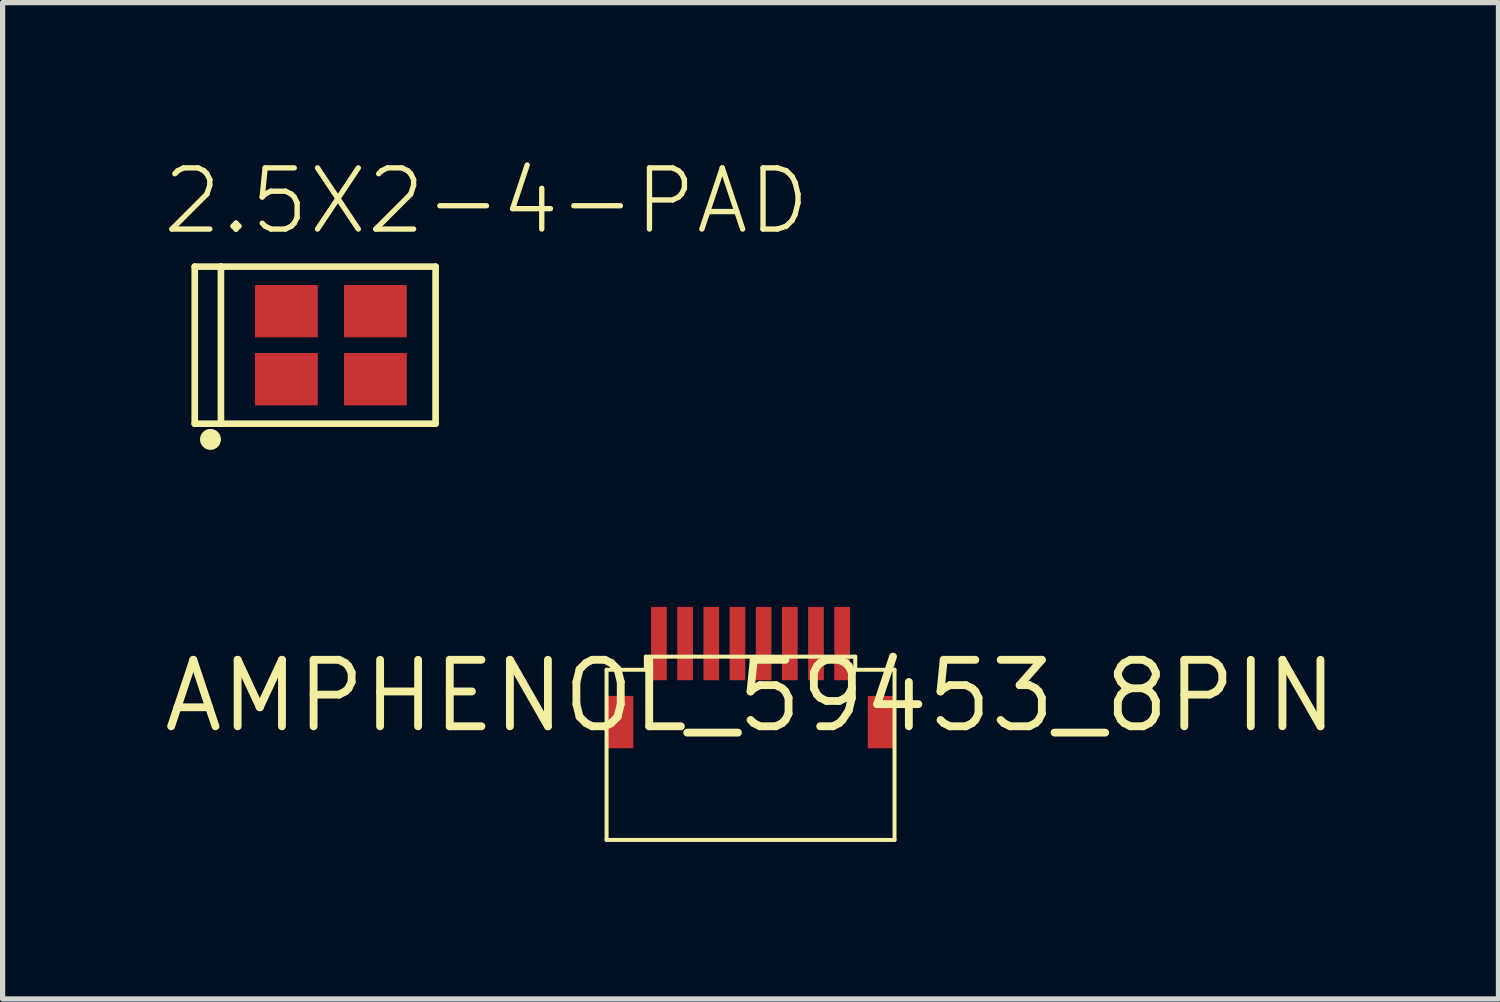
<source format=kicad_pcb>
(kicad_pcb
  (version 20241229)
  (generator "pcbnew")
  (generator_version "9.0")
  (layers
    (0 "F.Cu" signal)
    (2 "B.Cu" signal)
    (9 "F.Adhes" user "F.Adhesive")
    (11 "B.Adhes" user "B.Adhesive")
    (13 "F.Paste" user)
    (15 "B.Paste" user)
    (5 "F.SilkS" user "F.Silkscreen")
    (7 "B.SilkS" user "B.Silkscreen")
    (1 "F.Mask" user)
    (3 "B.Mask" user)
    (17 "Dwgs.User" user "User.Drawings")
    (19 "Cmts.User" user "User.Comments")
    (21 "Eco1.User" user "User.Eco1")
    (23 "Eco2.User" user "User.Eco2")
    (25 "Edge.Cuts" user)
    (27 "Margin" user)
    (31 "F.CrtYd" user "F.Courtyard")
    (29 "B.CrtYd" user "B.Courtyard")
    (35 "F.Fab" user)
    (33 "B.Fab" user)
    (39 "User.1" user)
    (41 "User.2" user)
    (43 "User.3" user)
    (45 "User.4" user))
  (footprint "2.5X2-4-PAD"
    (layer "F.Cu")
    (at 3.27 3.543)
    (property "Reference" "2.5X2-4-PAD" (at -3.27 -2.07 0) (layer "F.SilkS") (effects (font (size 1.168 1.168) (thickness 0.102)) (justify left bottom)))
    (fp_line (start -2.6 -1.5) (end -2.6 1.5) (stroke (width 0.127) (type solid)) (layer "F.SilkS"))
    (fp_line (start -2.6 1.5) (end -2.1 1.5) (stroke (width 0.127) (type solid)) (layer "F.SilkS"))
    (fp_line (start -2.1 -1.5) (end -2.6 -1.5) (stroke (width 0.127) (type solid)) (layer "F.SilkS"))
    (fp_line (start -2.1 -1.5) (end -2.1 1.5) (stroke (width 0.127) (type solid)) (layer "F.SilkS"))
    (fp_line (start -2.1 1.5) (end 2 1.5) (stroke (width 0.127) (type solid)) (layer "F.SilkS"))
    (fp_line (start 2 -1.5) (end -2.1 -1.5) (stroke (width 0.127) (type solid)) (layer "F.SilkS"))
    (fp_line (start 2 1.5) (end 2 -1.5) (stroke (width 0.127) (type solid)) (layer "F.SilkS"))
    (fp_circle (center -2.3 1.8) (end -2.2 1.8) (stroke (width 0.2) (type solid)) (fill no) (layer "F.SilkS"))
    (pad "1" smd rect (at -0.85 0.65) (size 1.2 1) (layers "F.Cu" "F.Mask" "F.Paste"))
    (pad "2" smd rect (at 0.85 0.65) (size 1.2 1) (layers "F.Cu" "F.Mask" "F.Paste"))
    (pad "3" smd rect (at 0.85 -0.65 180) (size 1.2 1) (layers "F.Cu" "F.Mask" "F.Paste"))
    (pad "4" smd rect (at -0.85 -0.65 180) (size 1.2 1) (layers "F.Cu" "F.Mask" "F.Paste")))
  (footprint "AMPHENOL_59453_8PIN"
    (layer "F.Cu")
    (at 11.286 10.243)
    (property "Reference" "AMPHENOL_59453_8PIN" (at 0 0 0) (layer "F.SilkS") (effects (font (size 1.27 1.27) (thickness 0.15))))
    (fp_line (start -2.75 -0.5) (end -2 -0.5) (stroke (width 0.076) (type solid)) (layer "F.SilkS"))
    (fp_line (start -2.75 2.75) (end -2.75 -0.5) (stroke (width 0.076) (type solid)) (layer "F.SilkS"))
    (fp_line (start -2 -0.75) (end 2 -0.75) (stroke (width 0.076) (type solid)) (layer "F.SilkS"))
    (fp_line (start -2 -0.5) (end -2 -0.75) (stroke (width 0.076) (type solid)) (layer "F.SilkS"))
    (fp_line (start 2 -0.75) (end 2 -0.5) (stroke (width 0.076) (type solid)) (layer "F.SilkS"))
    (fp_line (start 2 -0.5) (end 2.75 -0.5) (stroke (width 0.076) (type solid)) (layer "F.SilkS"))
    (fp_line (start 2.75 -0.5) (end 2.75 2.75) (stroke (width 0.076) (type solid)) (layer "F.SilkS"))
    (fp_line (start 2.75 2.75) (end -2.75 2.75) (stroke (width 0.076) (type solid)) (layer "F.SilkS"))
    (pad "1" smd rect (at -1.75 -1 90) (size 1.4 0.3) (layers "F.Cu" "F.Mask" "F.Paste"))
    (pad "2" smd rect (at -1.25 -1 90) (size 1.4 0.3) (layers "F.Cu" "F.Mask" "F.Paste"))
    (pad "3" smd rect (at -0.75 -1 90) (size 1.4 0.3) (layers "F.Cu" "F.Mask" "F.Paste"))
    (pad "4" smd rect (at -0.25 -1 90) (size 1.4 0.3) (layers "F.Cu" "F.Mask" "F.Paste"))
    (pad "5" smd rect (at 0.25 -1 90) (size 1.4 0.3) (layers "F.Cu" "F.Mask" "F.Paste"))
    (pad "6" smd rect (at 0.75 -1 90) (size 1.4 0.3) (layers "F.Cu" "F.Mask" "F.Paste"))
    (pad "7" smd rect (at 1.25 -1 90) (size 1.4 0.3) (layers "F.Cu" "F.Mask" "F.Paste"))
    (pad "8" smd rect (at 1.75 -1 90) (size 1.4 0.3) (layers "F.Cu" "F.Mask" "F.Paste"))
    (pad "P$9" smd rect (at -2.5 0.5 90) (size 1 0.52) (layers "F.Cu" "F.Mask" "F.Paste"))
    (pad "P$10" smd rect (at 2.5 0.5 90) (size 1 0.52) (layers "F.Cu" "F.Mask" "F.Paste")))
  (gr_rect
    (start -3 -3)
    (end 25.572 16.031)
    (stroke (width 0.1) (type default))
    (fill no)
    (layer "Edge.Cuts")))
</source>
